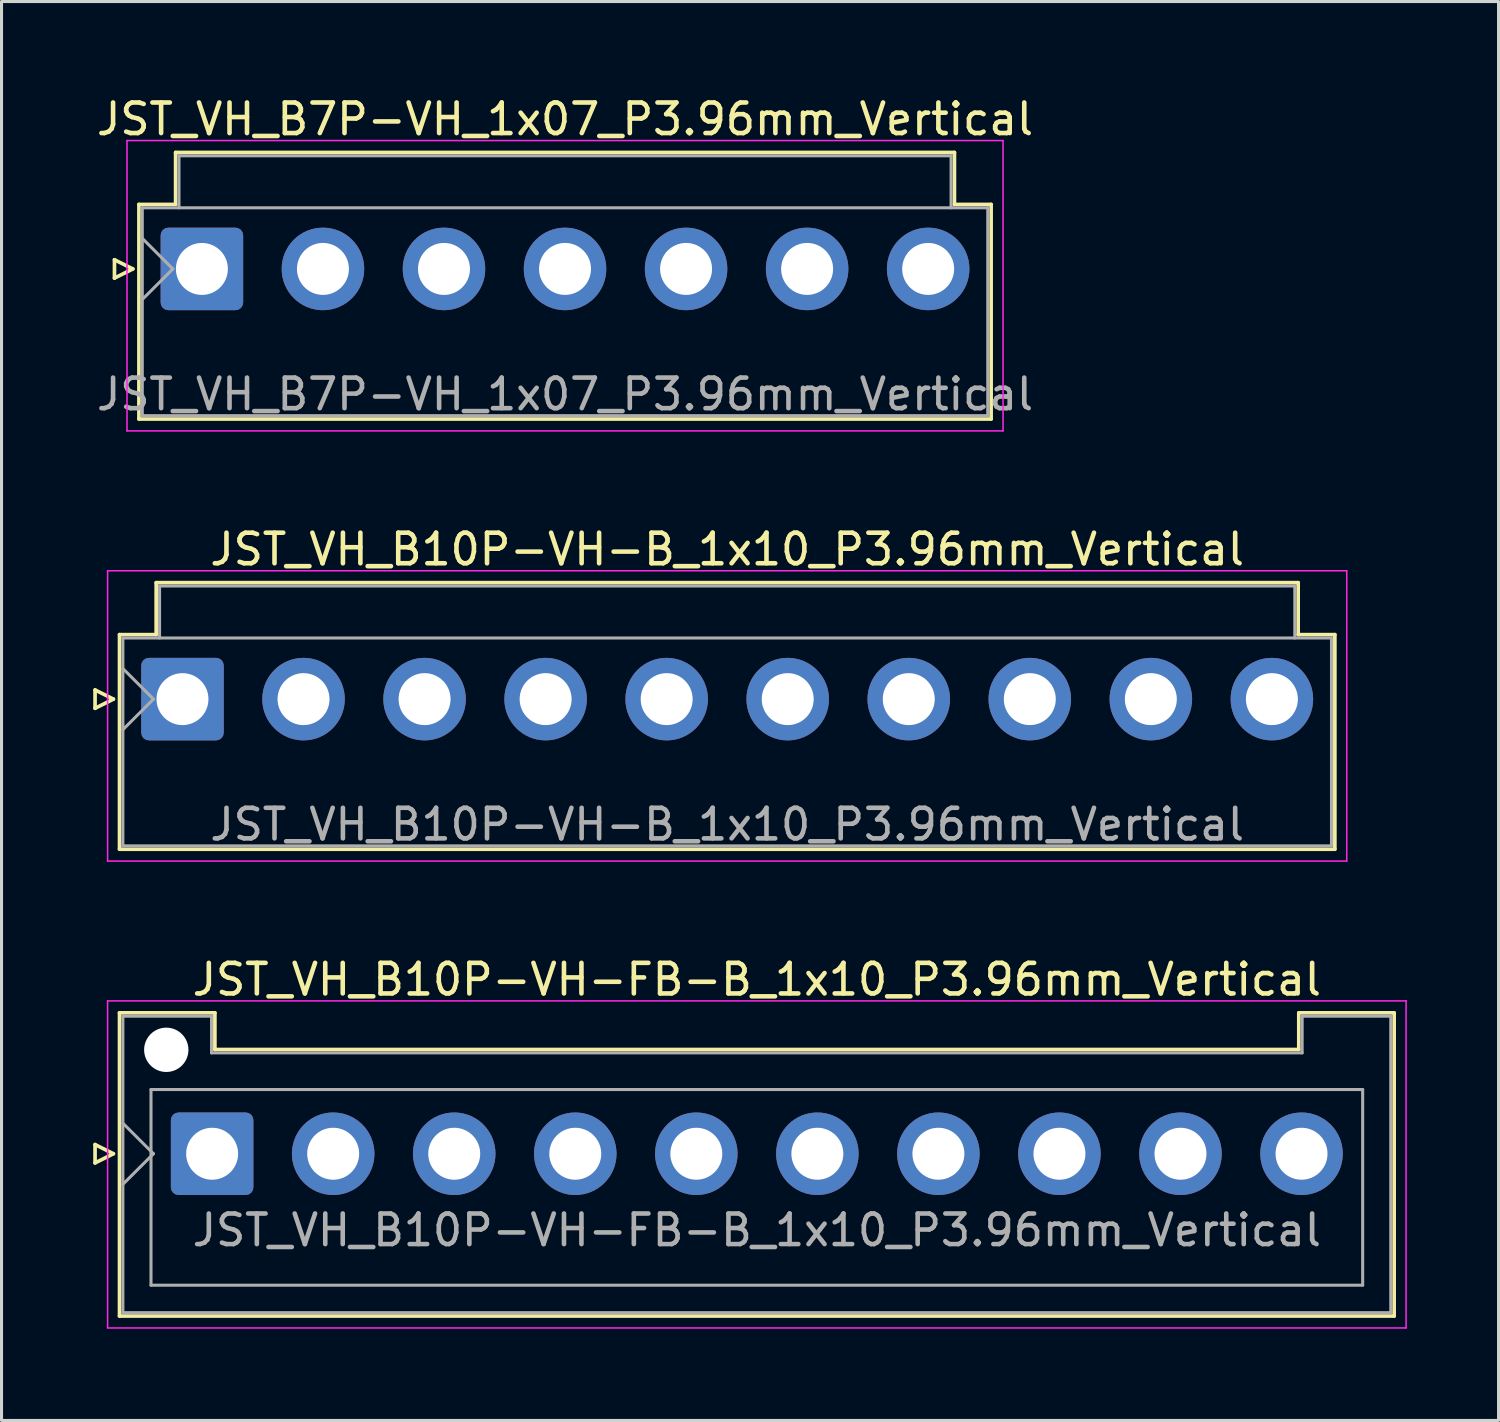
<source format=kicad_pcb>
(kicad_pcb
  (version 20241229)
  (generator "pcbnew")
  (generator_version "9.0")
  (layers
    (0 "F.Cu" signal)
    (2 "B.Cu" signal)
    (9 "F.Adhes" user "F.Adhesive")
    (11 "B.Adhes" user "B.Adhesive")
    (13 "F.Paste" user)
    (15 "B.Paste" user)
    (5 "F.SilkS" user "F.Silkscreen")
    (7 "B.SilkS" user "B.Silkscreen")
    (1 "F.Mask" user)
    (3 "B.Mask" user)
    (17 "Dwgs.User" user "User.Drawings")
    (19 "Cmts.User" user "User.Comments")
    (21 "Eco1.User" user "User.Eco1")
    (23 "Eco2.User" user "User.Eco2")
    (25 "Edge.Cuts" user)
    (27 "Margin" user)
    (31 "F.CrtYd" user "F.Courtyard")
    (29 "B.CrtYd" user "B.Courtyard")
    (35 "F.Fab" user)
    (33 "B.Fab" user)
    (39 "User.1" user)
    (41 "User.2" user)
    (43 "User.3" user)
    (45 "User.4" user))
  (footprint "JST_VH_B10P-VH-B_1x10_P3.96mm_Vertical"
    (layer "F.Cu")
    (at 2.92 19.822)
    (property "Reference" "JST_VH_B10P-VH-B_1x10_P3.96mm_Vertical" (at 17.82 -4.9 0) (layer "F.SilkS") (effects (font (size 1 1) (thickness 0.15))))
    (attr through_hole)
    (fp_line (start -2.86 -0.3) (end -2.26 0) (stroke (width 0.12) (type solid)) (layer "F.SilkS"))
    (fp_line (start -2.86 0.3) (end -2.86 -0.3) (stroke (width 0.12) (type solid)) (layer "F.SilkS"))
    (fp_line (start -2.26 0) (end -2.86 0.3) (stroke (width 0.12) (type solid)) (layer "F.SilkS"))
    (fp_line (start -2.06 -2.11) (end -0.86 -2.11) (stroke (width 0.12) (type solid)) (layer "F.SilkS"))
    (fp_line (start -2.06 4.91) (end -2.06 -2.11) (stroke (width 0.12) (type solid)) (layer "F.SilkS"))
    (fp_line (start -0.86 -3.81) (end 36.5 -3.81) (stroke (width 0.12) (type solid)) (layer "F.SilkS"))
    (fp_line (start -0.86 -2.11) (end -0.86 -3.81) (stroke (width 0.12) (type solid)) (layer "F.SilkS"))
    (fp_line (start 36.5 -3.81) (end 36.5 -2.11) (stroke (width 0.12) (type solid)) (layer "F.SilkS"))
    (fp_line (start 36.5 -2.11) (end 37.7 -2.11) (stroke (width 0.12) (type solid)) (layer "F.SilkS"))
    (fp_line (start 37.7 -2.11) (end 37.7 4.91) (stroke (width 0.12) (type solid)) (layer "F.SilkS"))
    (fp_line (start 37.7 4.91) (end -2.06 4.91) (stroke (width 0.12) (type solid)) (layer "F.SilkS"))
    (fp_line (start -2.45 -4.2) (end -2.45 5.3) (stroke (width 0.05) (type solid)) (layer "F.CrtYd"))
    (fp_line (start -2.45 5.3) (end 38.09 5.3) (stroke (width 0.05) (type solid)) (layer "F.CrtYd"))
    (fp_line (start 38.09 -4.2) (end -2.45 -4.2) (stroke (width 0.05) (type solid)) (layer "F.CrtYd"))
    (fp_line (start 38.09 5.3) (end 38.09 -4.2) (stroke (width 0.05) (type solid)) (layer "F.CrtYd"))
    (fp_line (start -1.95 -2) (end -1.95 4.8) (stroke (width 0.1) (type solid)) (layer "F.Fab"))
    (fp_line (start -1.95 -1) (end -0.95 0) (stroke (width 0.1) (type solid)) (layer "F.Fab"))
    (fp_line (start -1.95 1) (end -0.95 0) (stroke (width 0.1) (type solid)) (layer "F.Fab"))
    (fp_line (start -1.95 4.8) (end 37.59 4.8) (stroke (width 0.1) (type solid)) (layer "F.Fab"))
    (fp_line (start -0.75 -3.7) (end 36.39 -3.7) (stroke (width 0.1) (type solid)) (layer "F.Fab"))
    (fp_line (start -0.75 -2) (end -0.75 -3.7) (stroke (width 0.1) (type solid)) (layer "F.Fab"))
    (fp_line (start 36.39 -3.7) (end 36.39 -2) (stroke (width 0.1) (type solid)) (layer "F.Fab"))
    (fp_line (start 37.59 -2) (end -1.95 -2) (stroke (width 0.1) (type solid)) (layer "F.Fab"))
    (fp_line (start 37.59 4.8) (end 37.59 -2) (stroke (width 0.1) (type solid)) (layer "F.Fab"))
    (fp_text user "${REFERENCE}" (at 17.82 4.1 0) (layer "F.Fab") (effects (font (size 1 1) (thickness 0.15))))
    (pad "1" thru_hole roundrect (at 0 0) (size 2.7 2.7) (drill 1.7) (layers "*.Cu" "*.Mask") (roundrect_rratio 0.093))
    (pad "2" thru_hole circle (at 3.96 0) (size 2.7 2.7) (drill 1.7) (layers "*.Cu" "*.Mask"))
    (pad "3" thru_hole circle (at 7.92 0) (size 2.7 2.7) (drill 1.7) (layers "*.Cu" "*.Mask"))
    (pad "4" thru_hole circle (at 11.88 0) (size 2.7 2.7) (drill 1.7) (layers "*.Cu" "*.Mask"))
    (pad "5" thru_hole circle (at 15.84 0) (size 2.7 2.7) (drill 1.7) (layers "*.Cu" "*.Mask"))
    (pad "6" thru_hole circle (at 19.8 0) (size 2.7 2.7) (drill 1.7) (layers "*.Cu" "*.Mask"))
    (pad "7" thru_hole circle (at 23.76 0) (size 2.7 2.7) (drill 1.7) (layers "*.Cu" "*.Mask"))
    (pad "8" thru_hole circle (at 27.72 0) (size 2.7 2.7) (drill 1.7) (layers "*.Cu" "*.Mask"))
    (pad "9" thru_hole circle (at 31.68 0) (size 2.7 2.7) (drill 1.7) (layers "*.Cu" "*.Mask"))
    (pad "10" thru_hole circle (at 35.64 0) (size 2.7 2.7) (drill 1.7) (layers "*.Cu" "*.Mask")))
  (footprint "JST_VH_B10P-VH-FB-B_1x10_P3.96mm_Vertical"
    (layer "F.Cu")
    (at 3.89 34.695)
    (property "Reference" "JST_VH_B10P-VH-FB-B_1x10_P3.96mm_Vertical" (at 17.82 -5.7 0) (layer "F.SilkS") (effects (font (size 1 1) (thickness 0.15))))
    (attr through_hole)
    (fp_line (start -3.83 -0.3) (end -3.23 0) (stroke (width 0.12) (type solid)) (layer "F.SilkS"))
    (fp_line (start -3.83 0.3) (end -3.83 -0.3) (stroke (width 0.12) (type solid)) (layer "F.SilkS"))
    (fp_line (start -3.23 0) (end -3.83 0.3) (stroke (width 0.12) (type solid)) (layer "F.SilkS"))
    (fp_line (start -3.03 -4.61) (end 0.09 -4.61) (stroke (width 0.12) (type solid)) (layer "F.SilkS"))
    (fp_line (start -3.03 5.31) (end -3.03 -4.61) (stroke (width 0.12) (type solid)) (layer "F.SilkS"))
    (fp_line (start 0.09 -4.61) (end 0.09 -3.41) (stroke (width 0.12) (type solid)) (layer "F.SilkS"))
    (fp_line (start 0.09 -3.41) (end 35.55 -3.41) (stroke (width 0.12) (type solid)) (layer "F.SilkS"))
    (fp_line (start 35.55 -4.61) (end 38.67 -4.61) (stroke (width 0.12) (type solid)) (layer "F.SilkS"))
    (fp_line (start 35.55 -3.41) (end 35.55 -4.61) (stroke (width 0.12) (type solid)) (layer "F.SilkS"))
    (fp_line (start 38.67 -4.61) (end 38.67 5.31) (stroke (width 0.12) (type solid)) (layer "F.SilkS"))
    (fp_line (start 38.67 5.31) (end -3.03 5.31) (stroke (width 0.12) (type solid)) (layer "F.SilkS"))
    (fp_line (start -3.42 -5) (end -3.42 5.7) (stroke (width 0.05) (type solid)) (layer "F.CrtYd"))
    (fp_line (start -3.42 5.7) (end 39.06 5.7) (stroke (width 0.05) (type solid)) (layer "F.CrtYd"))
    (fp_line (start 39.06 -5) (end -3.42 -5) (stroke (width 0.05) (type solid)) (layer "F.CrtYd"))
    (fp_line (start 39.06 5.7) (end 39.06 -5) (stroke (width 0.05) (type solid)) (layer "F.CrtYd"))
    (fp_line (start -2.92 -4.5) (end -0.02 -4.5) (stroke (width 0.1) (type solid)) (layer "F.Fab"))
    (fp_line (start -2.92 -1) (end -1.92 0) (stroke (width 0.1) (type solid)) (layer "F.Fab"))
    (fp_line (start -2.92 1) (end -1.92 0) (stroke (width 0.1) (type solid)) (layer "F.Fab"))
    (fp_line (start -2.92 5.2) (end -2.92 -4.5) (stroke (width 0.1) (type solid)) (layer "F.Fab"))
    (fp_line (start -2 -2.1) (end 37.64 -2.1) (stroke (width 0.1) (type solid)) (layer "F.Fab"))
    (fp_line (start -2 4.3) (end -2 -2.1) (stroke (width 0.1) (type solid)) (layer "F.Fab"))
    (fp_line (start -0.02 -4.5) (end -0.02 -3.3) (stroke (width 0.1) (type solid)) (layer "F.Fab"))
    (fp_line (start -0.02 -3.3) (end 35.66 -3.3) (stroke (width 0.1) (type solid)) (layer "F.Fab"))
    (fp_line (start 35.66 -4.5) (end 38.56 -4.5) (stroke (width 0.1) (type solid)) (layer "F.Fab"))
    (fp_line (start 35.66 -3.3) (end 35.66 -4.5) (stroke (width 0.1) (type solid)) (layer "F.Fab"))
    (fp_line (start 37.64 -2.1) (end 37.64 4.3) (stroke (width 0.1) (type solid)) (layer "F.Fab"))
    (fp_line (start 37.64 4.3) (end -2 4.3) (stroke (width 0.1) (type solid)) (layer "F.Fab"))
    (fp_line (start 38.56 -4.5) (end 38.56 5.2) (stroke (width 0.1) (type solid)) (layer "F.Fab"))
    (fp_line (start 38.56 5.2) (end -2.92 5.2) (stroke (width 0.1) (type solid)) (layer "F.Fab"))
    (fp_text user "${REFERENCE}" (at 17.82 2.5 0) (layer "F.Fab") (effects (font (size 1 1) (thickness 0.15))))
    (pad "" np_thru_hole circle (at -1.5 -3.4) (size 1.45 1.45) (drill 1.45) (layers "*.Cu" "*.Mask"))
    (pad "1" thru_hole roundrect (at 0 0) (size 2.7 2.7) (drill 1.7) (layers "*.Cu" "*.Mask") (roundrect_rratio 0.093))
    (pad "2" thru_hole circle (at 3.96 0) (size 2.7 2.7) (drill 1.7) (layers "*.Cu" "*.Mask"))
    (pad "3" thru_hole circle (at 7.92 0) (size 2.7 2.7) (drill 1.7) (layers "*.Cu" "*.Mask"))
    (pad "4" thru_hole circle (at 11.88 0) (size 2.7 2.7) (drill 1.7) (layers "*.Cu" "*.Mask"))
    (pad "5" thru_hole circle (at 15.84 0) (size 2.7 2.7) (drill 1.7) (layers "*.Cu" "*.Mask"))
    (pad "6" thru_hole circle (at 19.8 0) (size 2.7 2.7) (drill 1.7) (layers "*.Cu" "*.Mask"))
    (pad "7" thru_hole circle (at 23.76 0) (size 2.7 2.7) (drill 1.7) (layers "*.Cu" "*.Mask"))
    (pad "8" thru_hole circle (at 27.72 0) (size 2.7 2.7) (drill 1.7) (layers "*.Cu" "*.Mask"))
    (pad "9" thru_hole circle (at 31.68 0) (size 2.7 2.7) (drill 1.7) (layers "*.Cu" "*.Mask"))
    (pad "10" thru_hole circle (at 35.64 0) (size 2.7 2.7) (drill 1.7) (layers "*.Cu" "*.Mask")))
  (footprint "JST_VH_B7P-VH_1x07_P3.96mm_Vertical"
    (layer "F.Cu")
    (at 3.555 5.748)
    (property "Reference" "JST_VH_B7P-VH_1x07_P3.96mm_Vertical" (at 11.88 -4.9 0) (layer "F.SilkS") (effects (font (size 1 1) (thickness 0.15))))
    (attr through_hole)
    (fp_line (start -2.86 -0.3) (end -2.26 0) (stroke (width 0.12) (type solid)) (layer "F.SilkS"))
    (fp_line (start -2.86 0.3) (end -2.86 -0.3) (stroke (width 0.12) (type solid)) (layer "F.SilkS"))
    (fp_line (start -2.26 0) (end -2.86 0.3) (stroke (width 0.12) (type solid)) (layer "F.SilkS"))
    (fp_line (start -2.06 -2.11) (end -0.86 -2.11) (stroke (width 0.12) (type solid)) (layer "F.SilkS"))
    (fp_line (start -2.06 4.91) (end -2.06 -2.11) (stroke (width 0.12) (type solid)) (layer "F.SilkS"))
    (fp_line (start -0.86 -3.81) (end 24.62 -3.81) (stroke (width 0.12) (type solid)) (layer "F.SilkS"))
    (fp_line (start -0.86 -2.11) (end -0.86 -3.81) (stroke (width 0.12) (type solid)) (layer "F.SilkS"))
    (fp_line (start 24.62 -3.81) (end 24.62 -2.11) (stroke (width 0.12) (type solid)) (layer "F.SilkS"))
    (fp_line (start 24.62 -2.11) (end 25.82 -2.11) (stroke (width 0.12) (type solid)) (layer "F.SilkS"))
    (fp_line (start 25.82 -2.11) (end 25.82 4.91) (stroke (width 0.12) (type solid)) (layer "F.SilkS"))
    (fp_line (start 25.82 4.91) (end -2.06 4.91) (stroke (width 0.12) (type solid)) (layer "F.SilkS"))
    (fp_line (start -2.45 -4.2) (end -2.45 5.3) (stroke (width 0.05) (type solid)) (layer "F.CrtYd"))
    (fp_line (start -2.45 5.3) (end 26.21 5.3) (stroke (width 0.05) (type solid)) (layer "F.CrtYd"))
    (fp_line (start 26.21 -4.2) (end -2.45 -4.2) (stroke (width 0.05) (type solid)) (layer "F.CrtYd"))
    (fp_line (start 26.21 5.3) (end 26.21 -4.2) (stroke (width 0.05) (type solid)) (layer "F.CrtYd"))
    (fp_line (start -1.95 -2) (end -1.95 4.8) (stroke (width 0.1) (type solid)) (layer "F.Fab"))
    (fp_line (start -1.95 -1) (end -0.95 0) (stroke (width 0.1) (type solid)) (layer "F.Fab"))
    (fp_line (start -1.95 1) (end -0.95 0) (stroke (width 0.1) (type solid)) (layer "F.Fab"))
    (fp_line (start -1.95 4.8) (end 25.71 4.8) (stroke (width 0.1) (type solid)) (layer "F.Fab"))
    (fp_line (start -0.75 -3.7) (end 24.51 -3.7) (stroke (width 0.1) (type solid)) (layer "F.Fab"))
    (fp_line (start -0.75 -2) (end -0.75 -3.7) (stroke (width 0.1) (type solid)) (layer "F.Fab"))
    (fp_line (start 24.51 -3.7) (end 24.51 -2) (stroke (width 0.1) (type solid)) (layer "F.Fab"))
    (fp_line (start 25.71 -2) (end -1.95 -2) (stroke (width 0.1) (type solid)) (layer "F.Fab"))
    (fp_line (start 25.71 4.8) (end 25.71 -2) (stroke (width 0.1) (type solid)) (layer "F.Fab"))
    (fp_text user "${REFERENCE}" (at 11.88 4.1 0) (layer "F.Fab") (effects (font (size 1 1) (thickness 0.15))))
    (pad "1" thru_hole roundrect (at 0 0) (size 2.7 2.7) (drill 1.7) (layers "*.Cu" "*.Mask") (roundrect_rratio 0.093))
    (pad "2" thru_hole circle (at 3.96 0) (size 2.7 2.7) (drill 1.7) (layers "*.Cu" "*.Mask"))
    (pad "3" thru_hole circle (at 7.92 0) (size 2.7 2.7) (drill 1.7) (layers "*.Cu" "*.Mask"))
    (pad "4" thru_hole circle (at 11.88 0) (size 2.7 2.7) (drill 1.7) (layers "*.Cu" "*.Mask"))
    (pad "5" thru_hole circle (at 15.84 0) (size 2.7 2.7) (drill 1.7) (layers "*.Cu" "*.Mask"))
    (pad "6" thru_hole circle (at 19.8 0) (size 2.7 2.7) (drill 1.7) (layers "*.Cu" "*.Mask"))
    (pad "7" thru_hole circle (at 23.76 0) (size 2.7 2.7) (drill 1.7) (layers "*.Cu" "*.Mask")))
  (gr_rect
    (start -3 -3)
    (end 45.975 43.42)
    (stroke (width 0.1) (type default))
    (fill no)
    (layer "Edge.Cuts")))
</source>
